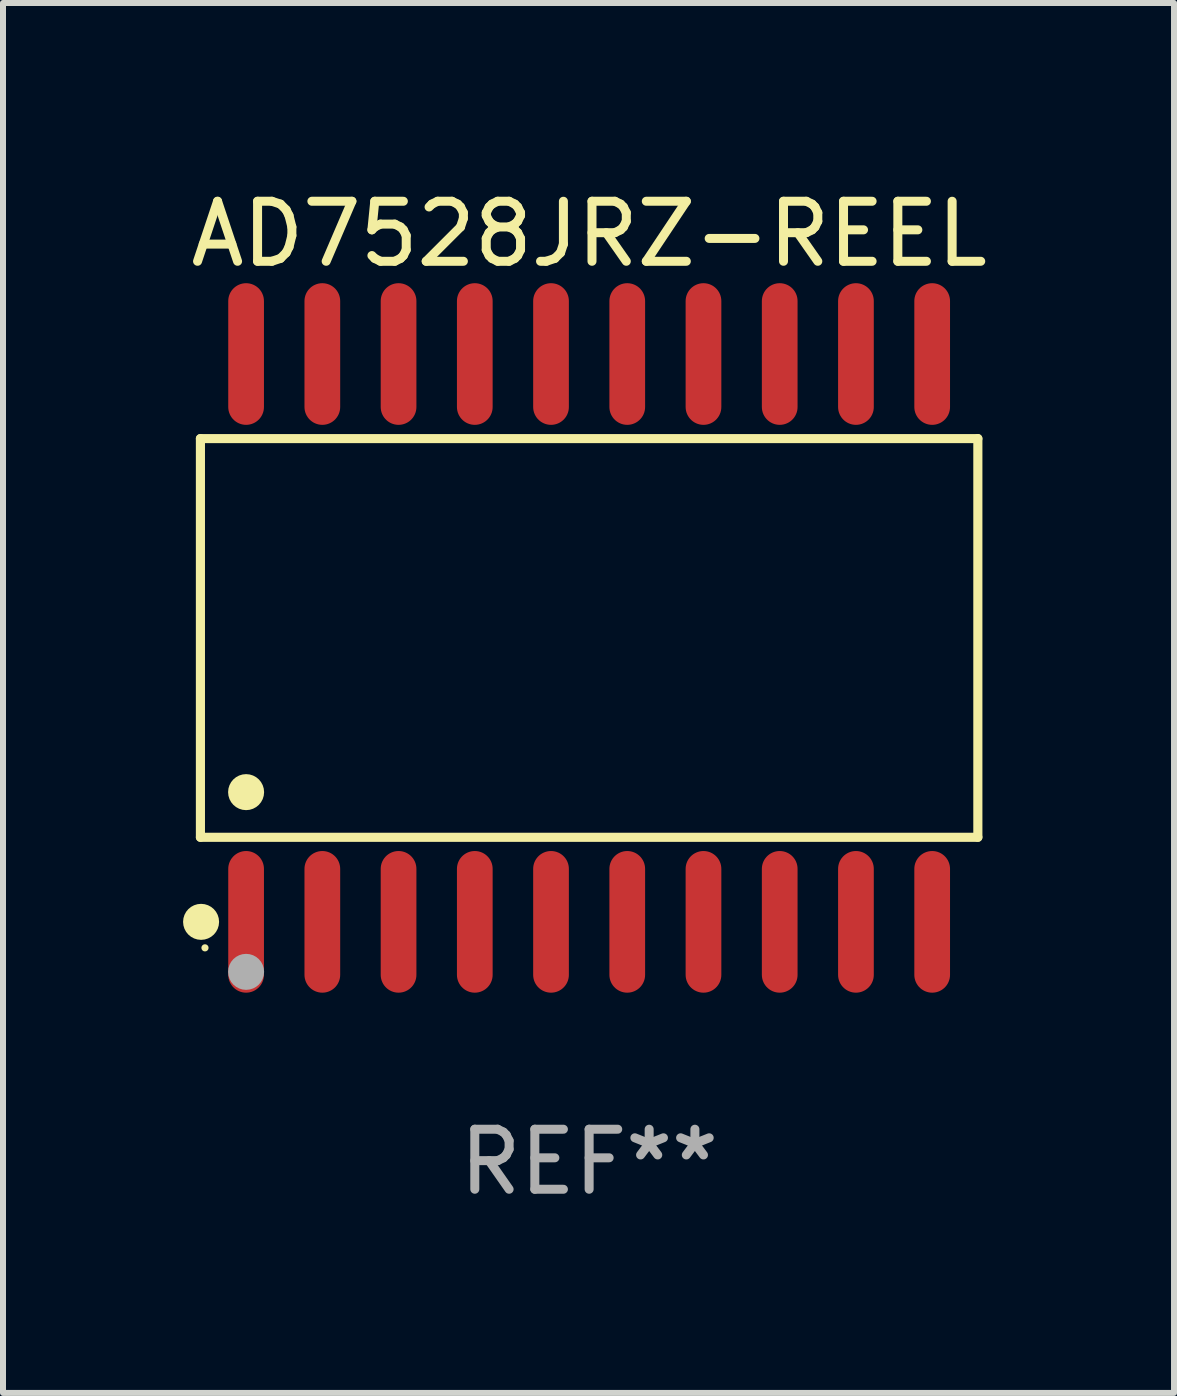
<source format=kicad_pcb>
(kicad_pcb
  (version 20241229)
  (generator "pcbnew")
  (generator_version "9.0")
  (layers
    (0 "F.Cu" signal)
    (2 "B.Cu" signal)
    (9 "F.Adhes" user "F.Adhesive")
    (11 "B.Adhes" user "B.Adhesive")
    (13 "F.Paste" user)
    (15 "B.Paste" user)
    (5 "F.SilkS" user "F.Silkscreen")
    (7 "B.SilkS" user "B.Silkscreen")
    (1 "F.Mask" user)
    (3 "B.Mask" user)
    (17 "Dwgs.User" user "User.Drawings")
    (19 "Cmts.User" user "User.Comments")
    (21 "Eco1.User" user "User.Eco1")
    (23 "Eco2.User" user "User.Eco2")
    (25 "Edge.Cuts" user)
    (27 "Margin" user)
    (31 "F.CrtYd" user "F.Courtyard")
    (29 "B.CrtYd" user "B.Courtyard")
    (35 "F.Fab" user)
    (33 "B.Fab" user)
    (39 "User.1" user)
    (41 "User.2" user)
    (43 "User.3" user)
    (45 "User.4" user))
  (footprint "AD7528JRZ-REEL"
    (layer "F.Cu")
    (at 6.765 7.578)
    (property "Reference" "AD7528JRZ-REEL" (at 0 -6.73 0) (layer "F.SilkS") (effects (font (size 1 1) (thickness 0.15))))
    (attr through_hole)
    (fp_line (start -6.476 -3.321) (end 6.476 -3.321) (stroke (width 0.152) (type solid)) (layer "F.SilkS"))
    (fp_line (start -6.476 3.321) (end -6.476 -3.321) (stroke (width 0.152) (type solid)) (layer "F.SilkS"))
    (fp_line (start 6.476 -3.321) (end 6.476 3.321) (stroke (width 0.152) (type solid)) (layer "F.SilkS"))
    (fp_line (start 6.476 3.321) (end -6.476 3.321) (stroke (width 0.152) (type solid)) (layer "F.SilkS"))
    (fp_circle (center -6.465 4.73) (end -6.315 4.73) (stroke (width 0.3) (type solid)) (fill no) (layer "F.SilkS"))
    (fp_circle (center -6.4 5.163) (end -6.37 5.163) (stroke (width 0.06) (type solid)) (fill no) (layer "F.SilkS"))
    (fp_circle (center -5.715 2.569) (end -5.565 2.569) (stroke (width 0.3) (type solid)) (fill no) (layer "F.SilkS"))
    (fp_circle (center -5.715 5.563) (end -5.565 5.563) (stroke (width 0.3) (type solid)) (fill no) (layer "F.Fab"))
    (fp_text user "REF**" (at 0 8.73 0) (layer "F.Fab") (effects (font (size 1 1) (thickness 0.15))))
    (pad "1" smd oval (at -5.715 4.73) (size 0.595 2.36) (layers "F.Cu" "F.Mask" "F.Paste"))
    (pad "2" smd oval (at -4.445 4.73) (size 0.595 2.36) (layers "F.Cu" "F.Mask" "F.Paste"))
    (pad "3" smd oval (at -3.175 4.73) (size 0.595 2.36) (layers "F.Cu" "F.Mask" "F.Paste"))
    (pad "4" smd oval (at -1.905 4.73) (size 0.595 2.36) (layers "F.Cu" "F.Mask" "F.Paste"))
    (pad "5" smd oval (at -0.635 4.73) (size 0.595 2.36) (layers "F.Cu" "F.Mask" "F.Paste"))
    (pad "6" smd oval (at 0.635 4.73) (size 0.595 2.36) (layers "F.Cu" "F.Mask" "F.Paste"))
    (pad "7" smd oval (at 1.905 4.73) (size 0.595 2.36) (layers "F.Cu" "F.Mask" "F.Paste"))
    (pad "8" smd oval (at 3.175 4.73) (size 0.595 2.36) (layers "F.Cu" "F.Mask" "F.Paste"))
    (pad "9" smd oval (at 4.445 4.73) (size 0.595 2.36) (layers "F.Cu" "F.Mask" "F.Paste"))
    (pad "10" smd oval (at 5.715 4.73) (size 0.595 2.36) (layers "F.Cu" "F.Mask" "F.Paste"))
    (pad "11" smd oval (at 5.715 -4.73) (size 0.595 2.36) (layers "F.Cu" "F.Mask" "F.Paste"))
    (pad "12" smd oval (at 4.445 -4.73) (size 0.595 2.36) (layers "F.Cu" "F.Mask" "F.Paste"))
    (pad "13" smd oval (at 3.175 -4.73) (size 0.595 2.36) (layers "F.Cu" "F.Mask" "F.Paste"))
    (pad "14" smd oval (at 1.905 -4.73) (size 0.595 2.36) (layers "F.Cu" "F.Mask" "F.Paste"))
    (pad "15" smd oval (at 0.635 -4.73) (size 0.595 2.36) (layers "F.Cu" "F.Mask" "F.Paste"))
    (pad "16" smd oval (at -0.635 -4.73) (size 0.595 2.36) (layers "F.Cu" "F.Mask" "F.Paste"))
    (pad "17" smd oval (at -1.905 -4.73) (size 0.595 2.36) (layers "F.Cu" "F.Mask" "F.Paste"))
    (pad "18" smd oval (at -3.175 -4.73) (size 0.595 2.36) (layers "F.Cu" "F.Mask" "F.Paste"))
    (pad "19" smd oval (at -4.445 -4.73) (size 0.595 2.36) (layers "F.Cu" "F.Mask" "F.Paste"))
    (pad "20" smd oval (at -5.715 -4.73) (size 0.595 2.36) (layers "F.Cu" "F.Mask" "F.Paste")))
  (gr_rect
    (start -3 -3)
    (end 16.509 20.156)
    (stroke (width 0.1) (type default))
    (fill no)
    (layer "Edge.Cuts")))
</source>
